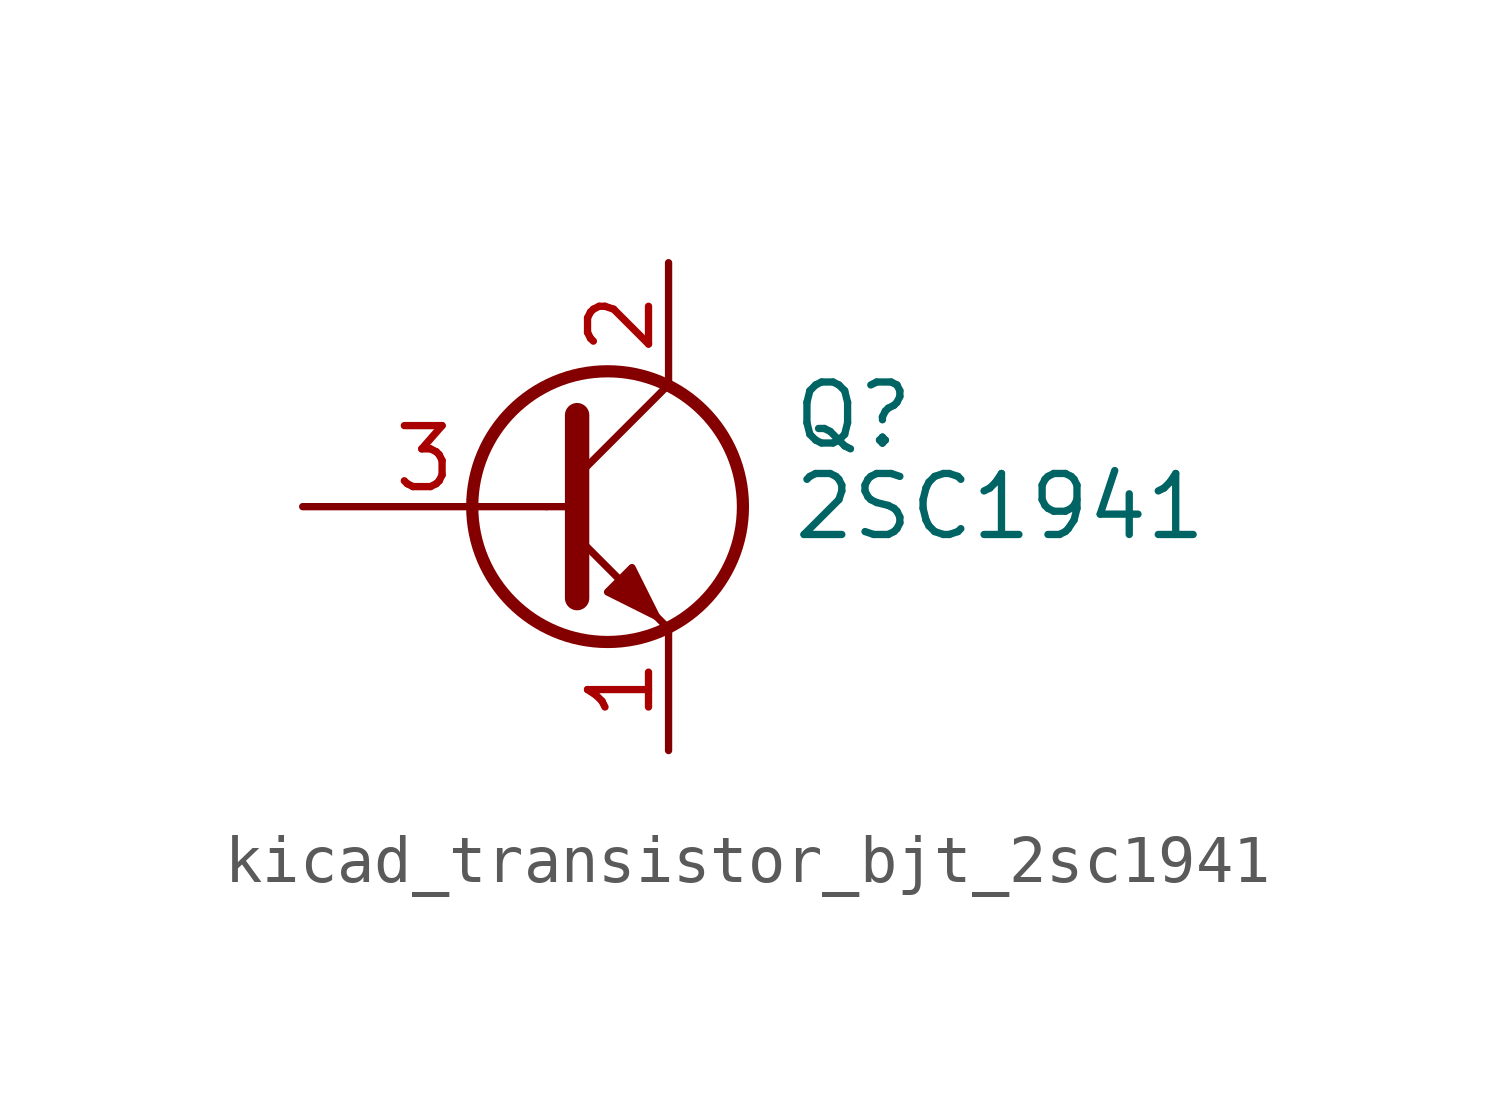
<source format=kicad_sym>
(kicad_symbol_lib
  (version 20220914)
  (generator kicad_symbol_editor)
  (symbol "kicad_transistor_bjt_2sc1941"
    (pin_names
      (offset 0) hide)
    (property "Reference" "Q"
      (at 5.08 1.905 0)
      (effects (font (size 1.27 1.27)) (justify left)))
    (property "Value" "2SC1941"
      (at 5.08 0 0)
      (effects (font (size 1.27 1.27)) (justify left)))
    (symbol "kicad_transistor_bjt_2sc1941_0_1"
      (polyline (pts (xy 0 0) (xy 0.635 0)) (stroke (width 0) (type default)) (fill (type none)))
      (polyline (pts (xy 0.635 0.635) (xy 2.54 2.54)) (stroke (width 0) (type default)) (fill (type none)))
      (polyline (pts (xy 0.635 -0.635) (xy 2.54 -2.54) (xy 2.54 -2.54)) (stroke (width 0) (type default)) (fill (type none)))
      (polyline (pts (xy 0.635 1.905) (xy 0.635 -1.905) (xy 0.635 -1.905)) (stroke (width 0.508) (type default)) (fill (type none)))
      (polyline (pts (xy 1.27 -1.778) (xy 1.778 -1.27) (xy 2.286 -2.286) (xy 1.27 -1.778) (xy 1.27 -1.778)) (stroke (width 0) (type default)) (fill (type outline)))
      (circle (center 1.27 0) (radius 2.819) (stroke (width 0.254) (type default)) (fill (type none))))
    (symbol "kicad_transistor_bjt_2sc1941_1_1"
      (pin passive line (at 2.54 -5.08 90) (length 2.54) (name "E" (effects (font (size 1.27 1.27)))) (number "1" (effects (font (size 1.27 1.27)))))
      (pin passive line (at 2.54 5.08 270) (length 2.54) (name "C" (effects (font (size 1.27 1.27)))) (number "2" (effects (font (size 1.27 1.27)))))
      (pin input line (at -5.08 0 0) (length 5.08) (name "B" (effects (font (size 1.27 1.27)))) (number "3" (effects (font (size 1.27 1.27))))))))
</source>
